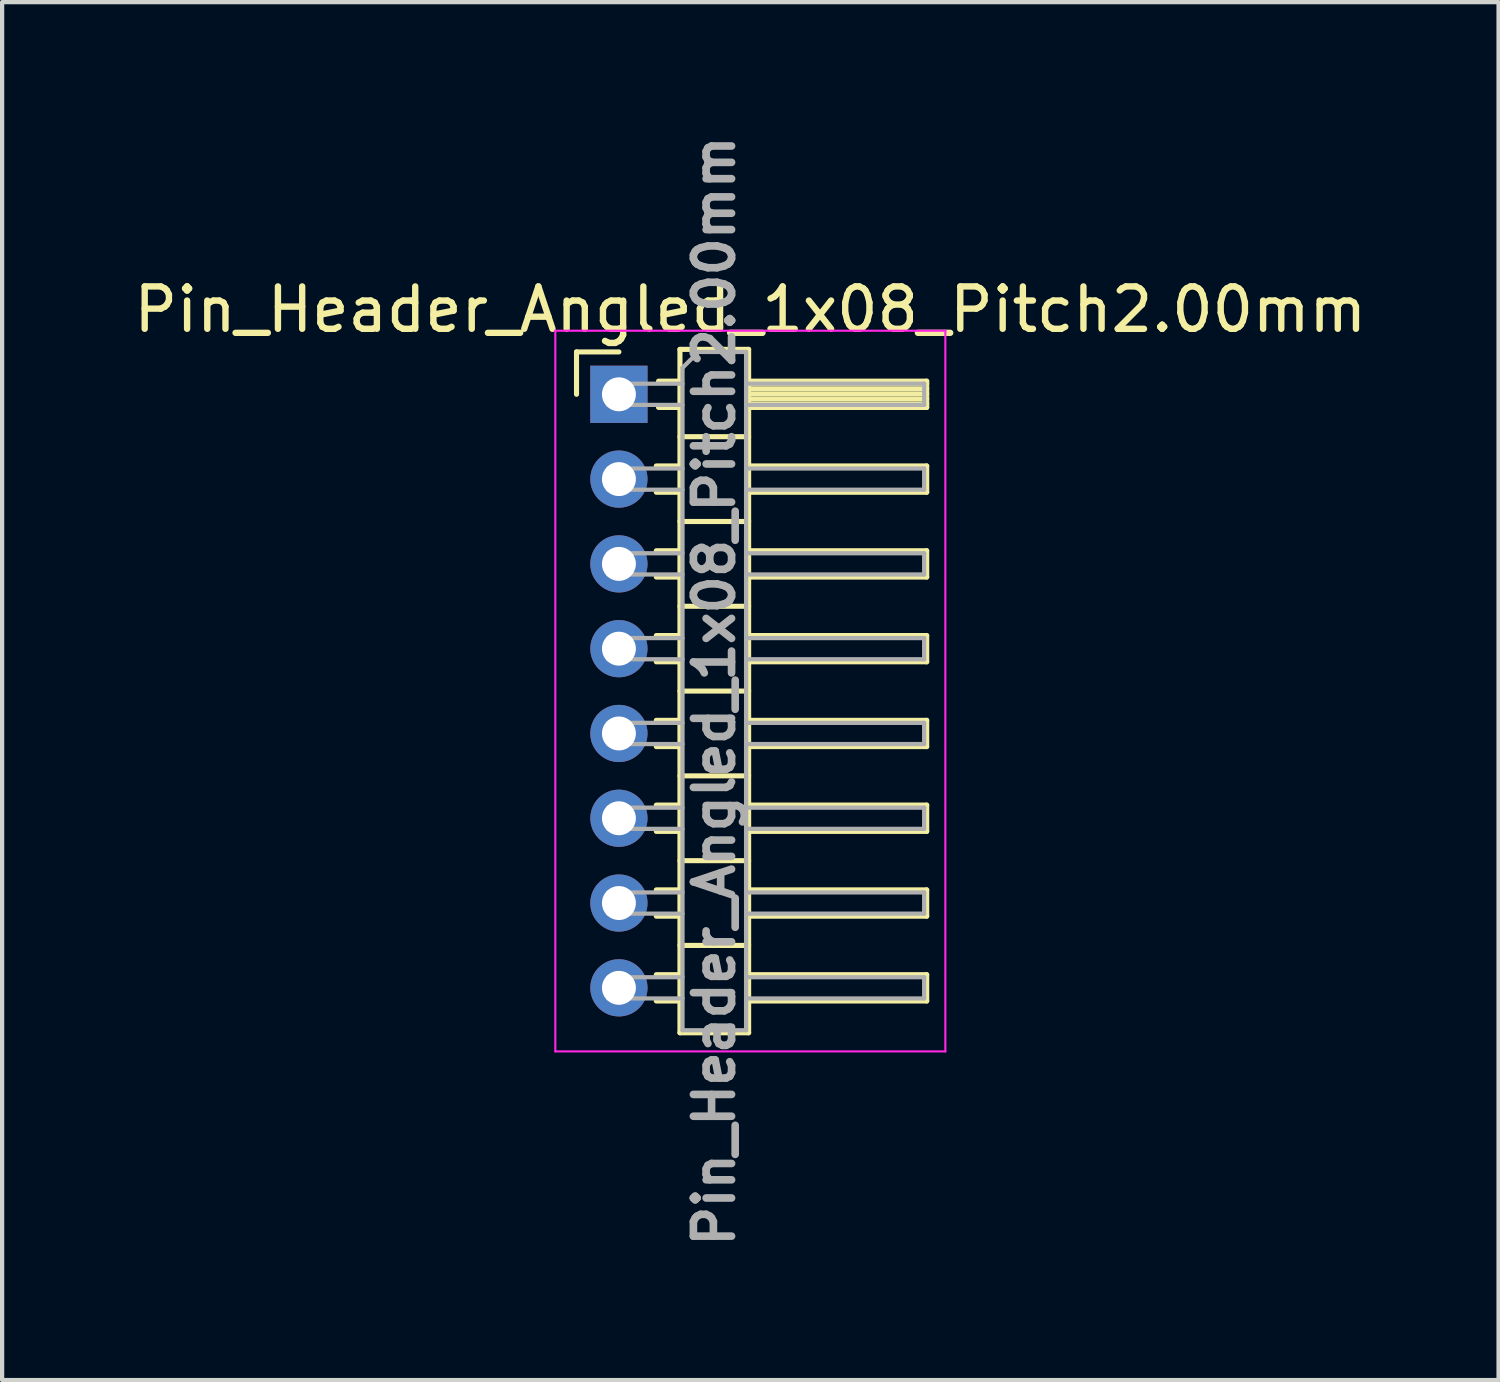
<source format=kicad_pcb>
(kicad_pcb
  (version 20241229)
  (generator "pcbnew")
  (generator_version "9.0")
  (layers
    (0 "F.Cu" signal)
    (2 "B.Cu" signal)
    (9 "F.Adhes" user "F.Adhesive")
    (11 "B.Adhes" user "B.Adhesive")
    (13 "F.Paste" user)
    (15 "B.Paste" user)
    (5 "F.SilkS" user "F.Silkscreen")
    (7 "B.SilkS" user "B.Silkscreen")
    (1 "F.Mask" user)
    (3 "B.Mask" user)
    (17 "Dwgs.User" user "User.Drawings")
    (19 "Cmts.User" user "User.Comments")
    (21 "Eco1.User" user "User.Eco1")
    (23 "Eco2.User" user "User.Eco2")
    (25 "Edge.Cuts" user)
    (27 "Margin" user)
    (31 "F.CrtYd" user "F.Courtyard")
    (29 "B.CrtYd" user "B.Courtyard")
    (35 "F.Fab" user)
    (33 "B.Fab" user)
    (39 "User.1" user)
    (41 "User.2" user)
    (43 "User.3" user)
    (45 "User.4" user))
  (footprint "Pin_Header_Angled_1x08_Pitch2.00mm"
    (layer "F.Cu")
    (at 11.549 6.251)
    (property "Reference" "Pin_Header_Angled_1x08_Pitch2.00mm" (at 3.1 -2 0) (layer "F.SilkS") (effects (font (size 1 1) (thickness 0.15))))
    (attr through_hole)
    (fp_line (start -1 -1) (end 0 -1) (stroke (width 0.12) (type solid)) (layer "F.SilkS"))
    (fp_line (start -1 0) (end -1 -1) (stroke (width 0.12) (type solid)) (layer "F.SilkS"))
    (fp_line (start 0.882 1.69) (end 1.44 1.69) (stroke (width 0.12) (type solid)) (layer "F.SilkS"))
    (fp_line (start 0.882 2.31) (end 1.44 2.31) (stroke (width 0.12) (type solid)) (layer "F.SilkS"))
    (fp_line (start 0.882 3.69) (end 1.44 3.69) (stroke (width 0.12) (type solid)) (layer "F.SilkS"))
    (fp_line (start 0.882 4.31) (end 1.44 4.31) (stroke (width 0.12) (type solid)) (layer "F.SilkS"))
    (fp_line (start 0.882 5.69) (end 1.44 5.69) (stroke (width 0.12) (type solid)) (layer "F.SilkS"))
    (fp_line (start 0.882 6.31) (end 1.44 6.31) (stroke (width 0.12) (type solid)) (layer "F.SilkS"))
    (fp_line (start 0.882 7.69) (end 1.44 7.69) (stroke (width 0.12) (type solid)) (layer "F.SilkS"))
    (fp_line (start 0.882 8.31) (end 1.44 8.31) (stroke (width 0.12) (type solid)) (layer "F.SilkS"))
    (fp_line (start 0.882 9.69) (end 1.44 9.69) (stroke (width 0.12) (type solid)) (layer "F.SilkS"))
    (fp_line (start 0.882 10.31) (end 1.44 10.31) (stroke (width 0.12) (type solid)) (layer "F.SilkS"))
    (fp_line (start 0.882 11.69) (end 1.44 11.69) (stroke (width 0.12) (type solid)) (layer "F.SilkS"))
    (fp_line (start 0.882 12.31) (end 1.44 12.31) (stroke (width 0.12) (type solid)) (layer "F.SilkS"))
    (fp_line (start 0.882 13.69) (end 1.44 13.69) (stroke (width 0.12) (type solid)) (layer "F.SilkS"))
    (fp_line (start 0.882 14.31) (end 1.44 14.31) (stroke (width 0.12) (type solid)) (layer "F.SilkS"))
    (fp_line (start 0.935 -0.31) (end 1.44 -0.31) (stroke (width 0.12) (type solid)) (layer "F.SilkS"))
    (fp_line (start 0.935 0.31) (end 1.44 0.31) (stroke (width 0.12) (type solid)) (layer "F.SilkS"))
    (fp_line (start 1.44 -1.06) (end 1.44 15.06) (stroke (width 0.12) (type solid)) (layer "F.SilkS"))
    (fp_line (start 1.44 1) (end 3.06 1) (stroke (width 0.12) (type solid)) (layer "F.SilkS"))
    (fp_line (start 1.44 3) (end 3.06 3) (stroke (width 0.12) (type solid)) (layer "F.SilkS"))
    (fp_line (start 1.44 5) (end 3.06 5) (stroke (width 0.12) (type solid)) (layer "F.SilkS"))
    (fp_line (start 1.44 7) (end 3.06 7) (stroke (width 0.12) (type solid)) (layer "F.SilkS"))
    (fp_line (start 1.44 9) (end 3.06 9) (stroke (width 0.12) (type solid)) (layer "F.SilkS"))
    (fp_line (start 1.44 11) (end 3.06 11) (stroke (width 0.12) (type solid)) (layer "F.SilkS"))
    (fp_line (start 1.44 13) (end 3.06 13) (stroke (width 0.12) (type solid)) (layer "F.SilkS"))
    (fp_line (start 1.44 15.06) (end 3.06 15.06) (stroke (width 0.12) (type solid)) (layer "F.SilkS"))
    (fp_line (start 3.06 -1.06) (end 1.44 -1.06) (stroke (width 0.12) (type solid)) (layer "F.SilkS"))
    (fp_line (start 3.06 -0.31) (end 7.26 -0.31) (stroke (width 0.12) (type solid)) (layer "F.SilkS"))
    (fp_line (start 3.06 -0.25) (end 7.26 -0.25) (stroke (width 0.12) (type solid)) (layer "F.SilkS"))
    (fp_line (start 3.06 -0.13) (end 7.26 -0.13) (stroke (width 0.12) (type solid)) (layer "F.SilkS"))
    (fp_line (start 3.06 -0.01) (end 7.26 -0.01) (stroke (width 0.12) (type solid)) (layer "F.SilkS"))
    (fp_line (start 3.06 0.11) (end 7.26 0.11) (stroke (width 0.12) (type solid)) (layer "F.SilkS"))
    (fp_line (start 3.06 0.23) (end 7.26 0.23) (stroke (width 0.12) (type solid)) (layer "F.SilkS"))
    (fp_line (start 3.06 1.69) (end 7.26 1.69) (stroke (width 0.12) (type solid)) (layer "F.SilkS"))
    (fp_line (start 3.06 3.69) (end 7.26 3.69) (stroke (width 0.12) (type solid)) (layer "F.SilkS"))
    (fp_line (start 3.06 5.69) (end 7.26 5.69) (stroke (width 0.12) (type solid)) (layer "F.SilkS"))
    (fp_line (start 3.06 7.69) (end 7.26 7.69) (stroke (width 0.12) (type solid)) (layer "F.SilkS"))
    (fp_line (start 3.06 9.69) (end 7.26 9.69) (stroke (width 0.12) (type solid)) (layer "F.SilkS"))
    (fp_line (start 3.06 11.69) (end 7.26 11.69) (stroke (width 0.12) (type solid)) (layer "F.SilkS"))
    (fp_line (start 3.06 13.69) (end 7.26 13.69) (stroke (width 0.12) (type solid)) (layer "F.SilkS"))
    (fp_line (start 3.06 15.06) (end 3.06 -1.06) (stroke (width 0.12) (type solid)) (layer "F.SilkS"))
    (fp_line (start 7.26 -0.31) (end 7.26 0.31) (stroke (width 0.12) (type solid)) (layer "F.SilkS"))
    (fp_line (start 7.26 0.31) (end 3.06 0.31) (stroke (width 0.12) (type solid)) (layer "F.SilkS"))
    (fp_line (start 7.26 1.69) (end 7.26 2.31) (stroke (width 0.12) (type solid)) (layer "F.SilkS"))
    (fp_line (start 7.26 2.31) (end 3.06 2.31) (stroke (width 0.12) (type solid)) (layer "F.SilkS"))
    (fp_line (start 7.26 3.69) (end 7.26 4.31) (stroke (width 0.12) (type solid)) (layer "F.SilkS"))
    (fp_line (start 7.26 4.31) (end 3.06 4.31) (stroke (width 0.12) (type solid)) (layer "F.SilkS"))
    (fp_line (start 7.26 5.69) (end 7.26 6.31) (stroke (width 0.12) (type solid)) (layer "F.SilkS"))
    (fp_line (start 7.26 6.31) (end 3.06 6.31) (stroke (width 0.12) (type solid)) (layer "F.SilkS"))
    (fp_line (start 7.26 7.69) (end 7.26 8.31) (stroke (width 0.12) (type solid)) (layer "F.SilkS"))
    (fp_line (start 7.26 8.31) (end 3.06 8.31) (stroke (width 0.12) (type solid)) (layer "F.SilkS"))
    (fp_line (start 7.26 9.69) (end 7.26 10.31) (stroke (width 0.12) (type solid)) (layer "F.SilkS"))
    (fp_line (start 7.26 10.31) (end 3.06 10.31) (stroke (width 0.12) (type solid)) (layer "F.SilkS"))
    (fp_line (start 7.26 11.69) (end 7.26 12.31) (stroke (width 0.12) (type solid)) (layer "F.SilkS"))
    (fp_line (start 7.26 12.31) (end 3.06 12.31) (stroke (width 0.12) (type solid)) (layer "F.SilkS"))
    (fp_line (start 7.26 13.69) (end 7.26 14.31) (stroke (width 0.12) (type solid)) (layer "F.SilkS"))
    (fp_line (start 7.26 14.31) (end 3.06 14.31) (stroke (width 0.12) (type solid)) (layer "F.SilkS"))
    (fp_line (start -1.5 -1.5) (end -1.5 15.5) (stroke (width 0.05) (type solid)) (layer "F.CrtYd"))
    (fp_line (start -1.5 15.5) (end 7.7 15.5) (stroke (width 0.05) (type solid)) (layer "F.CrtYd"))
    (fp_line (start 7.7 -1.5) (end -1.5 -1.5) (stroke (width 0.05) (type solid)) (layer "F.CrtYd"))
    (fp_line (start 7.7 15.5) (end 7.7 -1.5) (stroke (width 0.05) (type solid)) (layer "F.CrtYd"))
    (fp_line (start -0.25 -0.25) (end -0.25 0.25) (stroke (width 0.1) (type solid)) (layer "F.Fab"))
    (fp_line (start -0.25 -0.25) (end 1.5 -0.25) (stroke (width 0.1) (type solid)) (layer "F.Fab"))
    (fp_line (start -0.25 0.25) (end 1.5 0.25) (stroke (width 0.1) (type solid)) (layer "F.Fab"))
    (fp_line (start -0.25 1.75) (end -0.25 2.25) (stroke (width 0.1) (type solid)) (layer "F.Fab"))
    (fp_line (start -0.25 1.75) (end 1.5 1.75) (stroke (width 0.1) (type solid)) (layer "F.Fab"))
    (fp_line (start -0.25 2.25) (end 1.5 2.25) (stroke (width 0.1) (type solid)) (layer "F.Fab"))
    (fp_line (start -0.25 3.75) (end -0.25 4.25) (stroke (width 0.1) (type solid)) (layer "F.Fab"))
    (fp_line (start -0.25 3.75) (end 1.5 3.75) (stroke (width 0.1) (type solid)) (layer "F.Fab"))
    (fp_line (start -0.25 4.25) (end 1.5 4.25) (stroke (width 0.1) (type solid)) (layer "F.Fab"))
    (fp_line (start -0.25 5.75) (end -0.25 6.25) (stroke (width 0.1) (type solid)) (layer "F.Fab"))
    (fp_line (start -0.25 5.75) (end 1.5 5.75) (stroke (width 0.1) (type solid)) (layer "F.Fab"))
    (fp_line (start -0.25 6.25) (end 1.5 6.25) (stroke (width 0.1) (type solid)) (layer "F.Fab"))
    (fp_line (start -0.25 7.75) (end -0.25 8.25) (stroke (width 0.1) (type solid)) (layer "F.Fab"))
    (fp_line (start -0.25 7.75) (end 1.5 7.75) (stroke (width 0.1) (type solid)) (layer "F.Fab"))
    (fp_line (start -0.25 8.25) (end 1.5 8.25) (stroke (width 0.1) (type solid)) (layer "F.Fab"))
    (fp_line (start -0.25 9.75) (end -0.25 10.25) (stroke (width 0.1) (type solid)) (layer "F.Fab"))
    (fp_line (start -0.25 9.75) (end 1.5 9.75) (stroke (width 0.1) (type solid)) (layer "F.Fab"))
    (fp_line (start -0.25 10.25) (end 1.5 10.25) (stroke (width 0.1) (type solid)) (layer "F.Fab"))
    (fp_line (start -0.25 11.75) (end -0.25 12.25) (stroke (width 0.1) (type solid)) (layer "F.Fab"))
    (fp_line (start -0.25 11.75) (end 1.5 11.75) (stroke (width 0.1) (type solid)) (layer "F.Fab"))
    (fp_line (start -0.25 12.25) (end 1.5 12.25) (stroke (width 0.1) (type solid)) (layer "F.Fab"))
    (fp_line (start -0.25 13.75) (end -0.25 14.25) (stroke (width 0.1) (type solid)) (layer "F.Fab"))
    (fp_line (start -0.25 13.75) (end 1.5 13.75) (stroke (width 0.1) (type solid)) (layer "F.Fab"))
    (fp_line (start -0.25 14.25) (end 1.5 14.25) (stroke (width 0.1) (type solid)) (layer "F.Fab"))
    (fp_line (start 1.5 -0.625) (end 1.875 -1) (stroke (width 0.1) (type solid)) (layer "F.Fab"))
    (fp_line (start 1.5 15) (end 1.5 -0.625) (stroke (width 0.1) (type solid)) (layer "F.Fab"))
    (fp_line (start 1.875 -1) (end 3 -1) (stroke (width 0.1) (type solid)) (layer "F.Fab"))
    (fp_line (start 3 -1) (end 3 15) (stroke (width 0.1) (type solid)) (layer "F.Fab"))
    (fp_line (start 3 -0.25) (end 7.2 -0.25) (stroke (width 0.1) (type solid)) (layer "F.Fab"))
    (fp_line (start 3 0.25) (end 7.2 0.25) (stroke (width 0.1) (type solid)) (layer "F.Fab"))
    (fp_line (start 3 1.75) (end 7.2 1.75) (stroke (width 0.1) (type solid)) (layer "F.Fab"))
    (fp_line (start 3 2.25) (end 7.2 2.25) (stroke (width 0.1) (type solid)) (layer "F.Fab"))
    (fp_line (start 3 3.75) (end 7.2 3.75) (stroke (width 0.1) (type solid)) (layer "F.Fab"))
    (fp_line (start 3 4.25) (end 7.2 4.25) (stroke (width 0.1) (type solid)) (layer "F.Fab"))
    (fp_line (start 3 5.75) (end 7.2 5.75) (stroke (width 0.1) (type solid)) (layer "F.Fab"))
    (fp_line (start 3 6.25) (end 7.2 6.25) (stroke (width 0.1) (type solid)) (layer "F.Fab"))
    (fp_line (start 3 7.75) (end 7.2 7.75) (stroke (width 0.1) (type solid)) (layer "F.Fab"))
    (fp_line (start 3 8.25) (end 7.2 8.25) (stroke (width 0.1) (type solid)) (layer "F.Fab"))
    (fp_line (start 3 9.75) (end 7.2 9.75) (stroke (width 0.1) (type solid)) (layer "F.Fab"))
    (fp_line (start 3 10.25) (end 7.2 10.25) (stroke (width 0.1) (type solid)) (layer "F.Fab"))
    (fp_line (start 3 11.75) (end 7.2 11.75) (stroke (width 0.1) (type solid)) (layer "F.Fab"))
    (fp_line (start 3 12.25) (end 7.2 12.25) (stroke (width 0.1) (type solid)) (layer "F.Fab"))
    (fp_line (start 3 13.75) (end 7.2 13.75) (stroke (width 0.1) (type solid)) (layer "F.Fab"))
    (fp_line (start 3 14.25) (end 7.2 14.25) (stroke (width 0.1) (type solid)) (layer "F.Fab"))
    (fp_line (start 3 15) (end 1.5 15) (stroke (width 0.1) (type solid)) (layer "F.Fab"))
    (fp_line (start 7.2 -0.25) (end 7.2 0.25) (stroke (width 0.1) (type solid)) (layer "F.Fab"))
    (fp_line (start 7.2 1.75) (end 7.2 2.25) (stroke (width 0.1) (type solid)) (layer "F.Fab"))
    (fp_line (start 7.2 3.75) (end 7.2 4.25) (stroke (width 0.1) (type solid)) (layer "F.Fab"))
    (fp_line (start 7.2 5.75) (end 7.2 6.25) (stroke (width 0.1) (type solid)) (layer "F.Fab"))
    (fp_line (start 7.2 7.75) (end 7.2 8.25) (stroke (width 0.1) (type solid)) (layer "F.Fab"))
    (fp_line (start 7.2 9.75) (end 7.2 10.25) (stroke (width 0.1) (type solid)) (layer "F.Fab"))
    (fp_line (start 7.2 11.75) (end 7.2 12.25) (stroke (width 0.1) (type solid)) (layer "F.Fab"))
    (fp_line (start 7.2 13.75) (end 7.2 14.25) (stroke (width 0.1) (type solid)) (layer "F.Fab"))
    (fp_text user "${REFERENCE}" (at 2.25 7 90) (layer "F.Fab") (effects (font (size 0.9 0.9) (thickness 0.18))))
    (pad "1" thru_hole rect (at 0 0) (size 1.35 1.35) (drill 0.8) (layers "*.Cu" "*.Mask"))
    (pad "2" thru_hole oval (at 0 2) (size 1.35 1.35) (drill 0.8) (layers "*.Cu" "*.Mask"))
    (pad "3" thru_hole oval (at 0 4) (size 1.35 1.35) (drill 0.8) (layers "*.Cu" "*.Mask"))
    (pad "4" thru_hole oval (at 0 6) (size 1.35 1.35) (drill 0.8) (layers "*.Cu" "*.Mask"))
    (pad "5" thru_hole oval (at 0 8) (size 1.35 1.35) (drill 0.8) (layers "*.Cu" "*.Mask"))
    (pad "6" thru_hole oval (at 0 10) (size 1.35 1.35) (drill 0.8) (layers "*.Cu" "*.Mask"))
    (pad "7" thru_hole oval (at 0 12) (size 1.35 1.35) (drill 0.8) (layers "*.Cu" "*.Mask"))
    (pad "8" thru_hole oval (at 0 14) (size 1.35 1.35) (drill 0.8) (layers "*.Cu" "*.Mask")))
  (gr_rect
    (start -3 -3)
    (end 32.298 29.503)
    (stroke (width 0.1) (type default))
    (fill no)
    (layer "Edge.Cuts")))
</source>
